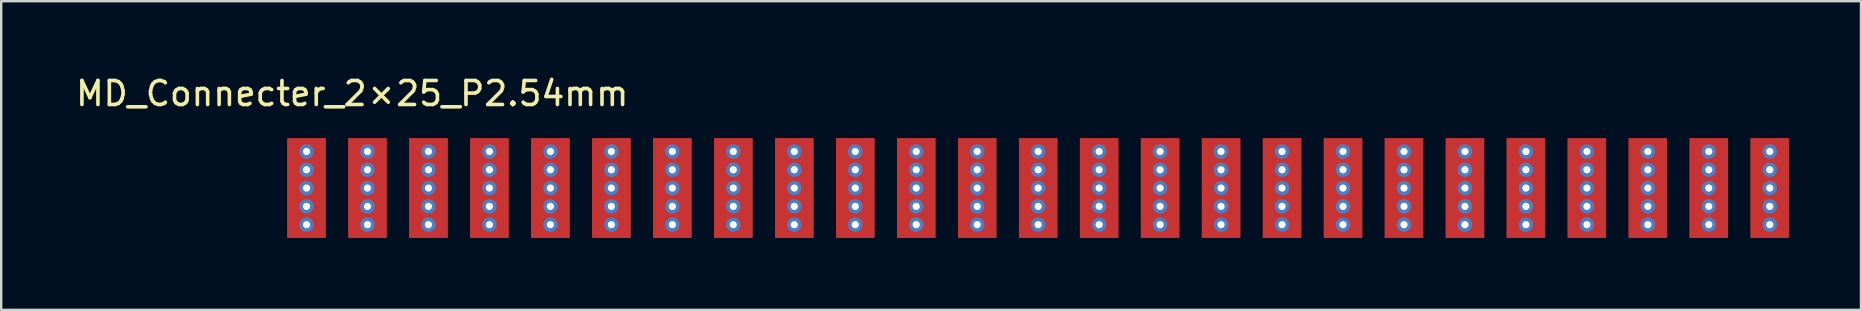
<source format=kicad_pcb>
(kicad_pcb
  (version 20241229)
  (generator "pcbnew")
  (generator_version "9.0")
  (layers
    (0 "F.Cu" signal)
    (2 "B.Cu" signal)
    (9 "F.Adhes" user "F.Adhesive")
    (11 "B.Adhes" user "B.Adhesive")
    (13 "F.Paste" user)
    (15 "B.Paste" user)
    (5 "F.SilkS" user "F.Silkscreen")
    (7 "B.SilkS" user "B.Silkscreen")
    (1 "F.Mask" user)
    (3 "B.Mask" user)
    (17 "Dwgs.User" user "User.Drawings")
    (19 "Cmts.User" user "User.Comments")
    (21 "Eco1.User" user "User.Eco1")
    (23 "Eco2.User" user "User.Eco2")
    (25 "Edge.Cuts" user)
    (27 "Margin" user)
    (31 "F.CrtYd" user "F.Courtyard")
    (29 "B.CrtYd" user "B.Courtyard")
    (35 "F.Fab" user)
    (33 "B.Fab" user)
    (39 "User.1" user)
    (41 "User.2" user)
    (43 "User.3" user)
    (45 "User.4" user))
  (footprint "MD_Connecter_2×25_P2.54mm"
    (layer "F.Cu")
    (at 9.72 4.785)
    (property "Reference" "MD_Connecter_2×25_P2.54mm" (at 1.905 -3.937 0) (layer "F.SilkS") (effects (font (size 1 1) (thickness 0.15))))
    (attr smd)
    (pad "1" thru_hole circle (at 0 -1.524) (size 0.6 0.6) (drill 0.3) (layers "*.Cu" "F.Mask" "F.Paste"))
    (pad "1" thru_hole circle (at 0 -0.762) (size 0.6 0.6) (drill 0.3) (layers "*.Cu" "F.Mask" "F.Paste"))
    (pad "1" thru_hole circle (at 0 0) (size 0.6 0.6) (drill 0.3) (layers "*.Cu" "F.Mask" "F.Paste"))
    (pad "1" smd rect (at 0 0) (size 1.6 4.15) (layers "F.Cu" "F.Mask" "F.Paste"))
    (pad "1" thru_hole circle (at 0 0.762) (size 0.6 0.6) (drill 0.3) (layers "*.Cu" "F.Mask" "F.Paste"))
    (pad "1" thru_hole circle (at 0 1.524) (size 0.6 0.6) (drill 0.3) (layers "*.Cu" "F.Mask" "F.Paste"))
    (pad "2" smd rect (at 0 0) (size 1.6 4.15) (layers "F.Cu" "B.Mask" "B.Paste"))
    (pad "3" thru_hole circle (at 2.54 -1.524) (size 0.6 0.6) (drill 0.3) (layers "*.Cu" "F.Mask" "F.Paste"))
    (pad "3" thru_hole circle (at 2.54 -0.762) (size 0.6 0.6) (drill 0.3) (layers "*.Cu" "F.Mask" "F.Paste"))
    (pad "3" thru_hole circle (at 2.54 0) (size 0.6 0.6) (drill 0.3) (layers "*.Cu" "F.Mask" "F.Paste"))
    (pad "3" smd rect (at 2.54 0) (size 1.6 4.15) (layers "F.Cu" "F.Mask" "F.Paste"))
    (pad "3" thru_hole circle (at 2.54 0.762) (size 0.6 0.6) (drill 0.3) (layers "*.Cu" "F.Mask" "F.Paste"))
    (pad "3" thru_hole circle (at 2.54 1.524) (size 0.6 0.6) (drill 0.3) (layers "*.Cu" "F.Mask" "F.Paste"))
    (pad "4" smd rect (at 2.54 0) (size 1.6 4.15) (layers "F.Cu" "B.Mask" "B.Paste"))
    (pad "5" thru_hole circle (at 5.08 -1.524) (size 0.6 0.6) (drill 0.3) (layers "*.Cu" "F.Mask" "F.Paste"))
    (pad "5" thru_hole circle (at 5.08 -0.762) (size 0.6 0.6) (drill 0.3) (layers "*.Cu" "F.Mask" "F.Paste"))
    (pad "5" thru_hole circle (at 5.08 0) (size 0.6 0.6) (drill 0.3) (layers "*.Cu" "F.Mask" "F.Paste"))
    (pad "5" smd rect (at 5.08 0) (size 1.6 4.15) (layers "*.Paste" "*.Mask" "F.Cu"))
    (pad "5" thru_hole circle (at 5.08 0.762) (size 0.6 0.6) (drill 0.3) (layers "*.Cu" "F.Mask" "F.Paste"))
    (pad "5" thru_hole circle (at 5.08 1.524) (size 0.6 0.6) (drill 0.3) (layers "*.Cu" "F.Mask" "F.Paste"))
    (pad "6" smd rect (at 5.08 0) (size 1.6 4.15) (layers "F.Cu" "B.Mask" "B.Paste"))
    (pad "7" thru_hole circle (at 7.62 -1.524) (size 0.6 0.6) (drill 0.3) (layers "*.Cu" "F.Mask" "F.Paste"))
    (pad "7" thru_hole circle (at 7.62 -0.762) (size 0.6 0.6) (drill 0.3) (layers "*.Cu" "F.Mask" "F.Paste"))
    (pad "7" thru_hole circle (at 7.62 0) (size 0.6 0.6) (drill 0.3) (layers "*.Cu" "F.Mask" "F.Paste"))
    (pad "7" smd rect (at 7.62 0) (size 1.6 4.15) (layers "F.Cu" "F.Mask" "F.Paste"))
    (pad "7" thru_hole circle (at 7.62 0.762) (size 0.6 0.6) (drill 0.3) (layers "*.Cu" "F.Mask" "F.Paste"))
    (pad "7" thru_hole circle (at 7.62 1.524) (size 0.6 0.6) (drill 0.3) (layers "*.Cu" "F.Mask" "F.Paste"))
    (pad "8" smd rect (at 7.62 0) (size 1.6 4.15) (layers "F.Cu" "B.Mask" "B.Paste"))
    (pad "9" thru_hole circle (at 10.16 -1.524) (size 0.6 0.6) (drill 0.3) (layers "*.Cu" "F.Mask" "F.Paste"))
    (pad "9" thru_hole circle (at 10.16 -0.762) (size 0.6 0.6) (drill 0.3) (layers "*.Cu" "F.Mask" "F.Paste"))
    (pad "9" thru_hole circle (at 10.16 0) (size 0.6 0.6) (drill 0.3) (layers "*.Cu" "F.Mask" "F.Paste"))
    (pad "9" smd rect (at 10.16 0) (size 1.6 4.15) (layers "F.Cu" "F.Mask" "F.Paste"))
    (pad "9" thru_hole circle (at 10.16 0.762) (size 0.6 0.6) (drill 0.3) (layers "*.Cu" "F.Mask" "F.Paste"))
    (pad "9" thru_hole circle (at 10.16 1.524) (size 0.6 0.6) (drill 0.3) (layers "*.Cu" "F.Mask" "F.Paste"))
    (pad "10" smd rect (at 10.16 0) (size 1.6 4.15) (layers "F.Cu" "B.Mask" "B.Paste"))
    (pad "11" thru_hole circle (at 12.7 -1.524) (size 0.6 0.6) (drill 0.3) (layers "*.Cu" "F.Mask" "F.Paste"))
    (pad "11" thru_hole circle (at 12.7 -0.762) (size 0.6 0.6) (drill 0.3) (layers "*.Cu" "F.Mask" "F.Paste"))
    (pad "11" thru_hole circle (at 12.7 0) (size 0.6 0.6) (drill 0.3) (layers "*.Cu" "F.Mask" "F.Paste"))
    (pad "11" smd rect (at 12.7 0) (size 1.6 4.15) (layers "F.Cu" "F.Mask" "F.Paste"))
    (pad "11" thru_hole circle (at 12.7 0.762) (size 0.6 0.6) (drill 0.3) (layers "*.Cu" "F.Mask" "F.Paste"))
    (pad "11" thru_hole circle (at 12.7 1.524) (size 0.6 0.6) (drill 0.3) (layers "*.Cu" "F.Mask" "F.Paste"))
    (pad "12" smd rect (at 12.7 0) (size 1.6 4.15) (layers "F.Cu" "B.Mask" "B.Paste"))
    (pad "13" thru_hole circle (at 15.24 -1.524) (size 0.6 0.6) (drill 0.3) (layers "*.Cu" "F.Mask" "F.Paste"))
    (pad "13" thru_hole circle (at 15.24 -0.762) (size 0.6 0.6) (drill 0.3) (layers "*.Cu" "F.Mask" "F.Paste"))
    (pad "13" thru_hole circle (at 15.24 0) (size 0.6 0.6) (drill 0.3) (layers "*.Cu" "F.Mask" "F.Paste"))
    (pad "13" smd rect (at 15.24 0) (size 1.6 4.15) (layers "F.Cu" "F.Mask" "F.Paste"))
    (pad "13" thru_hole circle (at 15.24 0.762) (size 0.6 0.6) (drill 0.3) (layers "*.Cu" "F.Mask" "F.Paste"))
    (pad "13" thru_hole circle (at 15.24 1.524) (size 0.6 0.6) (drill 0.3) (layers "*.Cu" "F.Mask" "F.Paste"))
    (pad "14" smd rect (at 15.24 0) (size 1.6 4.15) (layers "F.Cu" "B.Mask" "B.Paste"))
    (pad "15" thru_hole circle (at 17.78 -1.524) (size 0.6 0.6) (drill 0.3) (layers "*.Cu" "F.Mask" "F.Paste"))
    (pad "15" thru_hole circle (at 17.78 -0.762) (size 0.6 0.6) (drill 0.3) (layers "*.Cu" "F.Mask" "F.Paste"))
    (pad "15" thru_hole circle (at 17.78 0) (size 0.6 0.6) (drill 0.3) (layers "*.Cu" "F.Mask" "F.Paste"))
    (pad "15" smd rect (at 17.78 0) (size 1.6 4.15) (layers "F.Cu" "F.Mask" "F.Paste"))
    (pad "15" thru_hole circle (at 17.78 0.762) (size 0.6 0.6) (drill 0.3) (layers "*.Cu" "F.Mask" "F.Paste"))
    (pad "15" thru_hole circle (at 17.78 1.524) (size 0.6 0.6) (drill 0.3) (layers "*.Cu" "F.Mask" "F.Paste"))
    (pad "16" smd rect (at 17.78 0) (size 1.6 4.15) (layers "F.Cu" "B.Mask" "B.Paste"))
    (pad "17" thru_hole circle (at 20.32 -1.524) (size 0.6 0.6) (drill 0.3) (layers "*.Cu" "F.Mask" "F.Paste"))
    (pad "17" thru_hole circle (at 20.32 -0.762) (size 0.6 0.6) (drill 0.3) (layers "*.Cu" "F.Mask" "F.Paste"))
    (pad "17" thru_hole circle (at 20.32 0) (size 0.6 0.6) (drill 0.3) (layers "*.Cu" "F.Mask" "F.Paste"))
    (pad "17" smd rect (at 20.32 0) (size 1.6 4.15) (layers "F.Cu" "F.Mask" "F.Paste"))
    (pad "17" thru_hole circle (at 20.32 0.762) (size 0.6 0.6) (drill 0.3) (layers "*.Cu" "F.Mask" "F.Paste"))
    (pad "17" thru_hole circle (at 20.32 1.524) (size 0.6 0.6) (drill 0.3) (layers "*.Cu" "F.Mask" "F.Paste"))
    (pad "18" smd rect (at 20.32 0) (size 1.6 4.15) (layers "F.Cu" "B.Mask" "B.Paste"))
    (pad "19" thru_hole circle (at 22.86 -1.524) (size 0.6 0.6) (drill 0.3) (layers "*.Cu" "F.Mask" "F.Paste"))
    (pad "19" thru_hole circle (at 22.86 -0.762) (size 0.6 0.6) (drill 0.3) (layers "*.Cu" "F.Mask" "F.Paste"))
    (pad "19" thru_hole circle (at 22.86 0) (size 0.6 0.6) (drill 0.3) (layers "*.Cu" "F.Mask" "F.Paste"))
    (pad "19" smd rect (at 22.86 0) (size 1.6 4.15) (layers "F.Cu" "F.Mask" "F.Paste"))
    (pad "19" thru_hole circle (at 22.86 0.762) (size 0.6 0.6) (drill 0.3) (layers "*.Cu" "F.Mask" "F.Paste"))
    (pad "19" thru_hole circle (at 22.86 1.524) (size 0.6 0.6) (drill 0.3) (layers "*.Cu" "F.Mask" "F.Paste"))
    (pad "20" smd rect (at 22.86 0) (size 1.6 4.15) (layers "F.Cu" "B.Mask" "B.Paste"))
    (pad "21" thru_hole circle (at 25.4 -1.524) (size 0.6 0.6) (drill 0.3) (layers "*.Cu" "F.Mask" "F.Paste"))
    (pad "21" thru_hole circle (at 25.4 -0.762) (size 0.6 0.6) (drill 0.3) (layers "*.Cu" "F.Mask" "F.Paste"))
    (pad "21" thru_hole circle (at 25.4 0) (size 0.6 0.6) (drill 0.3) (layers "*.Cu" "F.Mask" "F.Paste"))
    (pad "21" smd rect (at 25.4 0) (size 1.6 4.15) (layers "F.Cu" "F.Mask" "F.Paste"))
    (pad "21" thru_hole circle (at 25.4 0.762) (size 0.6 0.6) (drill 0.3) (layers "*.Cu" "F.Mask" "F.Paste"))
    (pad "21" thru_hole circle (at 25.4 1.524) (size 0.6 0.6) (drill 0.3) (layers "*.Cu" "F.Mask" "F.Paste"))
    (pad "22" smd rect (at 25.4 0) (size 1.6 4.15) (layers "F.Cu" "B.Mask" "B.Paste"))
    (pad "23" thru_hole circle (at 27.94 -1.524) (size 0.6 0.6) (drill 0.3) (layers "*.Cu" "F.Mask" "F.Paste"))
    (pad "23" thru_hole circle (at 27.94 -0.762) (size 0.6 0.6) (drill 0.3) (layers "*.Cu" "F.Mask" "F.Paste"))
    (pad "23" thru_hole circle (at 27.94 0) (size 0.6 0.6) (drill 0.3) (layers "*.Cu" "F.Mask" "F.Paste"))
    (pad "23" smd rect (at 27.94 0) (size 1.6 4.15) (layers "F.Cu" "F.Mask" "F.Paste"))
    (pad "23" thru_hole circle (at 27.94 0.762) (size 0.6 0.6) (drill 0.3) (layers "*.Cu" "F.Mask" "F.Paste"))
    (pad "23" thru_hole circle (at 27.94 1.524) (size 0.6 0.6) (drill 0.3) (layers "*.Cu" "F.Mask" "F.Paste"))
    (pad "24" smd rect (at 27.94 0) (size 1.6 4.15) (layers "F.Cu" "B.Mask" "B.Paste"))
    (pad "25" thru_hole circle (at 30.48 -1.524) (size 0.6 0.6) (drill 0.3) (layers "*.Cu" "F.Mask" "F.Paste"))
    (pad "25" thru_hole circle (at 30.48 -0.762) (size 0.6 0.6) (drill 0.3) (layers "*.Cu" "F.Mask" "F.Paste"))
    (pad "25" thru_hole circle (at 30.48 0) (size 0.6 0.6) (drill 0.3) (layers "*.Cu" "F.Mask" "F.Paste"))
    (pad "25" smd rect (at 30.48 0) (size 1.6 4.15) (layers "F.Cu" "F.Mask" "F.Paste"))
    (pad "25" thru_hole circle (at 30.48 0.762) (size 0.6 0.6) (drill 0.3) (layers "*.Cu" "F.Mask" "F.Paste"))
    (pad "25" thru_hole circle (at 30.48 1.524) (size 0.6 0.6) (drill 0.3) (layers "*.Cu" "F.Mask" "F.Paste"))
    (pad "26" smd rect (at 30.48 0) (size 1.6 4.15) (layers "F.Cu" "B.Mask" "B.Paste"))
    (pad "27" thru_hole circle (at 33.02 -1.524) (size 0.6 0.6) (drill 0.3) (layers "*.Cu" "F.Mask" "F.Paste"))
    (pad "27" thru_hole circle (at 33.02 -0.762) (size 0.6 0.6) (drill 0.3) (layers "*.Cu" "F.Mask" "F.Paste"))
    (pad "27" thru_hole circle (at 33.02 0) (size 0.6 0.6) (drill 0.3) (layers "*.Cu" "F.Mask" "F.Paste"))
    (pad "27" smd rect (at 33.02 0) (size 1.6 4.15) (layers "F.Cu" "F.Mask" "F.Paste"))
    (pad "27" thru_hole circle (at 33.02 0.762) (size 0.6 0.6) (drill 0.3) (layers "*.Cu" "F.Mask" "F.Paste"))
    (pad "27" thru_hole circle (at 33.02 1.524) (size 0.6 0.6) (drill 0.3) (layers "*.Cu" "F.Mask" "F.Paste"))
    (pad "28" smd rect (at 33.02 0) (size 1.6 4.15) (layers "F.Cu" "B.Mask" "B.Paste"))
    (pad "29" thru_hole circle (at 35.56 -1.524) (size 0.6 0.6) (drill 0.3) (layers "*.Cu" "F.Mask" "F.Paste"))
    (pad "29" thru_hole circle (at 35.56 -0.762) (size 0.6 0.6) (drill 0.3) (layers "*.Cu" "F.Mask" "F.Paste"))
    (pad "29" thru_hole circle (at 35.56 0) (size 0.6 0.6) (drill 0.3) (layers "*.Cu" "F.Mask" "F.Paste"))
    (pad "29" smd rect (at 35.56 0) (size 1.6 4.15) (layers "*.Paste" "*.Mask" "F.Cu"))
    (pad "29" thru_hole circle (at 35.56 0.762) (size 0.6 0.6) (drill 0.3) (layers "*.Cu" "F.Mask" "F.Paste"))
    (pad "29" thru_hole circle (at 35.56 1.524) (size 0.6 0.6) (drill 0.3) (layers "*.Cu" "F.Mask" "F.Paste"))
    (pad "30" smd rect (at 35.56 0) (size 1.6 4.15) (layers "F.Cu" "B.Mask" "B.Paste"))
    (pad "31" thru_hole circle (at 38.1 -1.524) (size 0.6 0.6) (drill 0.3) (layers "*.Cu" "F.Mask" "F.Paste"))
    (pad "31" thru_hole circle (at 38.1 -0.762) (size 0.6 0.6) (drill 0.3) (layers "*.Cu" "F.Mask" "F.Paste"))
    (pad "31" thru_hole circle (at 38.1 0) (size 0.6 0.6) (drill 0.3) (layers "*.Cu" "F.Mask" "F.Paste"))
    (pad "31" smd rect (at 38.1 0) (size 1.6 4.15) (layers "F.Cu" "F.Mask" "F.Paste"))
    (pad "31" thru_hole circle (at 38.1 0.762) (size 0.6 0.6) (drill 0.3) (layers "*.Cu" "F.Mask" "F.Paste"))
    (pad "31" thru_hole circle (at 38.1 1.524) (size 0.6 0.6) (drill 0.3) (layers "*.Cu" "F.Mask" "F.Paste"))
    (pad "32" smd rect (at 38.1 0) (size 1.6 4.15) (layers "F.Cu" "B.Mask" "B.Paste"))
    (pad "33" thru_hole circle (at 40.64 -1.524) (size 0.6 0.6) (drill 0.3) (layers "*.Cu" "F.Mask" "F.Paste"))
    (pad "33" thru_hole circle (at 40.64 -0.762) (size 0.6 0.6) (drill 0.3) (layers "*.Cu" "F.Mask" "F.Paste"))
    (pad "33" thru_hole circle (at 40.64 0) (size 0.6 0.6) (drill 0.3) (layers "*.Cu" "F.Mask" "F.Paste"))
    (pad "33" smd rect (at 40.64 0) (size 1.6 4.15) (layers "F.Cu" "F.Mask" "F.Paste"))
    (pad "33" thru_hole circle (at 40.64 0.762) (size 0.6 0.6) (drill 0.3) (layers "*.Cu" "F.Mask" "F.Paste"))
    (pad "33" thru_hole circle (at 40.64 1.524) (size 0.6 0.6) (drill 0.3) (layers "*.Cu" "F.Mask" "F.Paste"))
    (pad "34" smd rect (at 40.64 0) (size 1.6 4.15) (layers "F.Cu" "B.Mask" "B.Paste"))
    (pad "35" thru_hole circle (at 43.18 -1.524) (size 0.6 0.6) (drill 0.3) (layers "*.Cu" "F.Mask" "F.Paste"))
    (pad "35" thru_hole circle (at 43.18 -0.762) (size 0.6 0.6) (drill 0.3) (layers "*.Cu" "F.Mask" "F.Paste"))
    (pad "35" thru_hole circle (at 43.18 0) (size 0.6 0.6) (drill 0.3) (layers "*.Cu" "F.Mask" "F.Paste"))
    (pad "35" smd rect (at 43.18 0) (size 1.6 4.15) (layers "F.Cu" "F.Mask" "F.Paste"))
    (pad "35" thru_hole circle (at 43.18 0.762) (size 0.6 0.6) (drill 0.3) (layers "*.Cu" "F.Mask" "F.Paste"))
    (pad "35" thru_hole circle (at 43.18 1.524) (size 0.6 0.6) (drill 0.3) (layers "*.Cu" "F.Mask" "F.Paste"))
    (pad "36" smd rect (at 43.18 0) (size 1.6 4.15) (layers "F.Cu" "B.Mask" "B.Paste"))
    (pad "37" thru_hole circle (at 45.72 -1.524) (size 0.6 0.6) (drill 0.3) (layers "*.Cu" "F.Mask" "F.Paste"))
    (pad "37" thru_hole circle (at 45.72 -0.762) (size 0.6 0.6) (drill 0.3) (layers "*.Cu" "F.Mask" "F.Paste"))
    (pad "37" thru_hole circle (at 45.72 0) (size 0.6 0.6) (drill 0.3) (layers "*.Cu" "F.Mask" "F.Paste"))
    (pad "37" smd rect (at 45.72 0) (size 1.6 4.15) (layers "F.Cu" "F.Mask" "F.Paste"))
    (pad "37" thru_hole circle (at 45.72 0.762) (size 0.6 0.6) (drill 0.3) (layers "*.Cu" "F.Mask" "F.Paste"))
    (pad "37" thru_hole circle (at 45.72 1.524) (size 0.6 0.6) (drill 0.3) (layers "*.Cu" "F.Mask" "F.Paste"))
    (pad "38" smd rect (at 45.72 0) (size 1.6 4.15) (layers "F.Cu" "B.Mask" "B.Paste"))
    (pad "39" thru_hole circle (at 48.26 -1.524) (size 0.6 0.6) (drill 0.3) (layers "*.Cu" "F.Mask" "F.Paste"))
    (pad "39" thru_hole circle (at 48.26 -0.762) (size 0.6 0.6) (drill 0.3) (layers "*.Cu" "F.Mask" "F.Paste"))
    (pad "39" thru_hole circle (at 48.26 0) (size 0.6 0.6) (drill 0.3) (layers "*.Cu" "F.Mask" "F.Paste"))
    (pad "39" smd rect (at 48.26 0) (size 1.6 4.15) (layers "F.Cu" "F.Mask" "F.Paste"))
    (pad "39" thru_hole circle (at 48.26 0.762) (size 0.6 0.6) (drill 0.3) (layers "*.Cu" "F.Mask" "F.Paste"))
    (pad "39" thru_hole circle (at 48.26 1.524) (size 0.6 0.6) (drill 0.3) (layers "*.Cu" "F.Mask" "F.Paste"))
    (pad "40" smd rect (at 48.26 0) (size 1.6 4.15) (layers "F.Cu" "B.Mask" "B.Paste"))
    (pad "41" thru_hole circle (at 50.8 -1.524) (size 0.6 0.6) (drill 0.3) (layers "*.Cu" "F.Mask" "F.Paste"))
    (pad "41" thru_hole circle (at 50.8 -0.762) (size 0.6 0.6) (drill 0.3) (layers "*.Cu" "F.Mask" "F.Paste"))
    (pad "41" thru_hole circle (at 50.8 0) (size 0.6 0.6) (drill 0.3) (layers "*.Cu" "F.Mask" "F.Paste"))
    (pad "41" smd rect (at 50.8 0) (size 1.6 4.15) (layers "F.Cu" "F.Mask" "F.Paste"))
    (pad "41" thru_hole circle (at 50.8 0.762) (size 0.6 0.6) (drill 0.3) (layers "*.Cu" "F.Mask" "F.Paste"))
    (pad "41" thru_hole circle (at 50.8 1.524) (size 0.6 0.6) (drill 0.3) (layers "*.Cu" "F.Mask" "F.Paste"))
    (pad "42" smd rect (at 50.8 0) (size 1.6 4.15) (layers "F.Cu" "B.Mask" "B.Paste"))
    (pad "43" thru_hole circle (at 53.34 -1.524) (size 0.6 0.6) (drill 0.3) (layers "*.Cu" "F.Mask" "F.Paste"))
    (pad "43" thru_hole circle (at 53.34 -0.762) (size 0.6 0.6) (drill 0.3) (layers "*.Cu" "F.Mask" "F.Paste"))
    (pad "43" thru_hole circle (at 53.34 0) (size 0.6 0.6) (drill 0.3) (layers "*.Cu" "F.Mask" "F.Paste"))
    (pad "43" smd rect (at 53.34 0) (size 1.6 4.15) (layers "F.Cu" "F.Mask" "F.Paste"))
    (pad "43" thru_hole circle (at 53.34 0.762) (size 0.6 0.6) (drill 0.3) (layers "*.Cu" "F.Mask" "F.Paste"))
    (pad "43" thru_hole circle (at 53.34 1.524) (size 0.6 0.6) (drill 0.3) (layers "*.Cu" "F.Mask" "F.Paste"))
    (pad "44" smd rect (at 53.34 0) (size 1.6 4.15) (layers "F.Cu" "B.Mask" "B.Paste"))
    (pad "45" thru_hole circle (at 55.88 -1.524) (size 0.6 0.6) (drill 0.3) (layers "*.Cu" "F.Mask" "F.Paste"))
    (pad "45" thru_hole circle (at 55.88 -0.762) (size 0.6 0.6) (drill 0.3) (layers "*.Cu" "F.Mask" "F.Paste"))
    (pad "45" thru_hole circle (at 55.88 0) (size 0.6 0.6) (drill 0.3) (layers "*.Cu" "F.Mask" "F.Paste"))
    (pad "45" smd rect (at 55.88 0) (size 1.6 4.15) (layers "F.Cu" "F.Mask" "F.Paste"))
    (pad "45" thru_hole circle (at 55.88 0.762) (size 0.6 0.6) (drill 0.3) (layers "*.Cu" "F.Mask" "F.Paste"))
    (pad "45" thru_hole circle (at 55.88 1.524) (size 0.6 0.6) (drill 0.3) (layers "*.Cu" "F.Mask" "F.Paste"))
    (pad "46" smd rect (at 55.88 0) (size 1.6 4.15) (layers "F.Cu" "B.Mask" "B.Paste"))
    (pad "47" thru_hole circle (at 58.42 -1.524) (size 0.6 0.6) (drill 0.3) (layers "*.Cu" "F.Mask" "F.Paste"))
    (pad "47" thru_hole circle (at 58.42 -0.762) (size 0.6 0.6) (drill 0.3) (layers "*.Cu" "F.Mask" "F.Paste"))
    (pad "47" thru_hole circle (at 58.42 0) (size 0.6 0.6) (drill 0.3) (layers "*.Cu" "F.Mask" "F.Paste"))
    (pad "47" smd rect (at 58.42 0) (size 1.6 4.15) (layers "F.Cu" "F.Mask" "F.Paste"))
    (pad "47" thru_hole circle (at 58.42 0.762) (size 0.6 0.6) (drill 0.3) (layers "*.Cu" "F.Mask" "F.Paste"))
    (pad "47" thru_hole circle (at 58.42 1.524) (size 0.6 0.6) (drill 0.3) (layers "*.Cu" "F.Mask" "F.Paste"))
    (pad "48" smd rect (at 58.42 0) (size 1.6 4.15) (layers "F.Cu" "B.Mask" "B.Paste"))
    (pad "49" thru_hole circle (at 60.96 -1.524) (size 0.6 0.6) (drill 0.3) (layers "*.Cu" "F.Mask" "F.Paste"))
    (pad "49" thru_hole circle (at 60.96 -0.762) (size 0.6 0.6) (drill 0.3) (layers "*.Cu" "F.Mask" "F.Paste"))
    (pad "49" thru_hole circle (at 60.96 0) (size 0.6 0.6) (drill 0.3) (layers "*.Cu" "F.Mask" "F.Paste"))
    (pad "49" smd rect (at 60.96 0) (size 1.6 4.15) (layers "F.Cu" "F.Mask" "F.Paste"))
    (pad "49" thru_hole circle (at 60.96 0.762) (size 0.6 0.6) (drill 0.3) (layers "*.Cu" "F.Mask" "F.Paste"))
    (pad "49" thru_hole circle (at 60.96 1.524) (size 0.6 0.6) (drill 0.3) (layers "*.Cu" "F.Mask" "F.Paste"))
    (pad "50" smd rect (at 60.96 0) (size 1.6 4.15) (layers "F.Cu" "B.Mask" "B.Paste")))
  (gr_rect
    (start -3 -3)
    (end 74.48 9.86)
    (stroke (width 0.1) (type default))
    (fill no)
    (layer "Edge.Cuts")))
</source>
